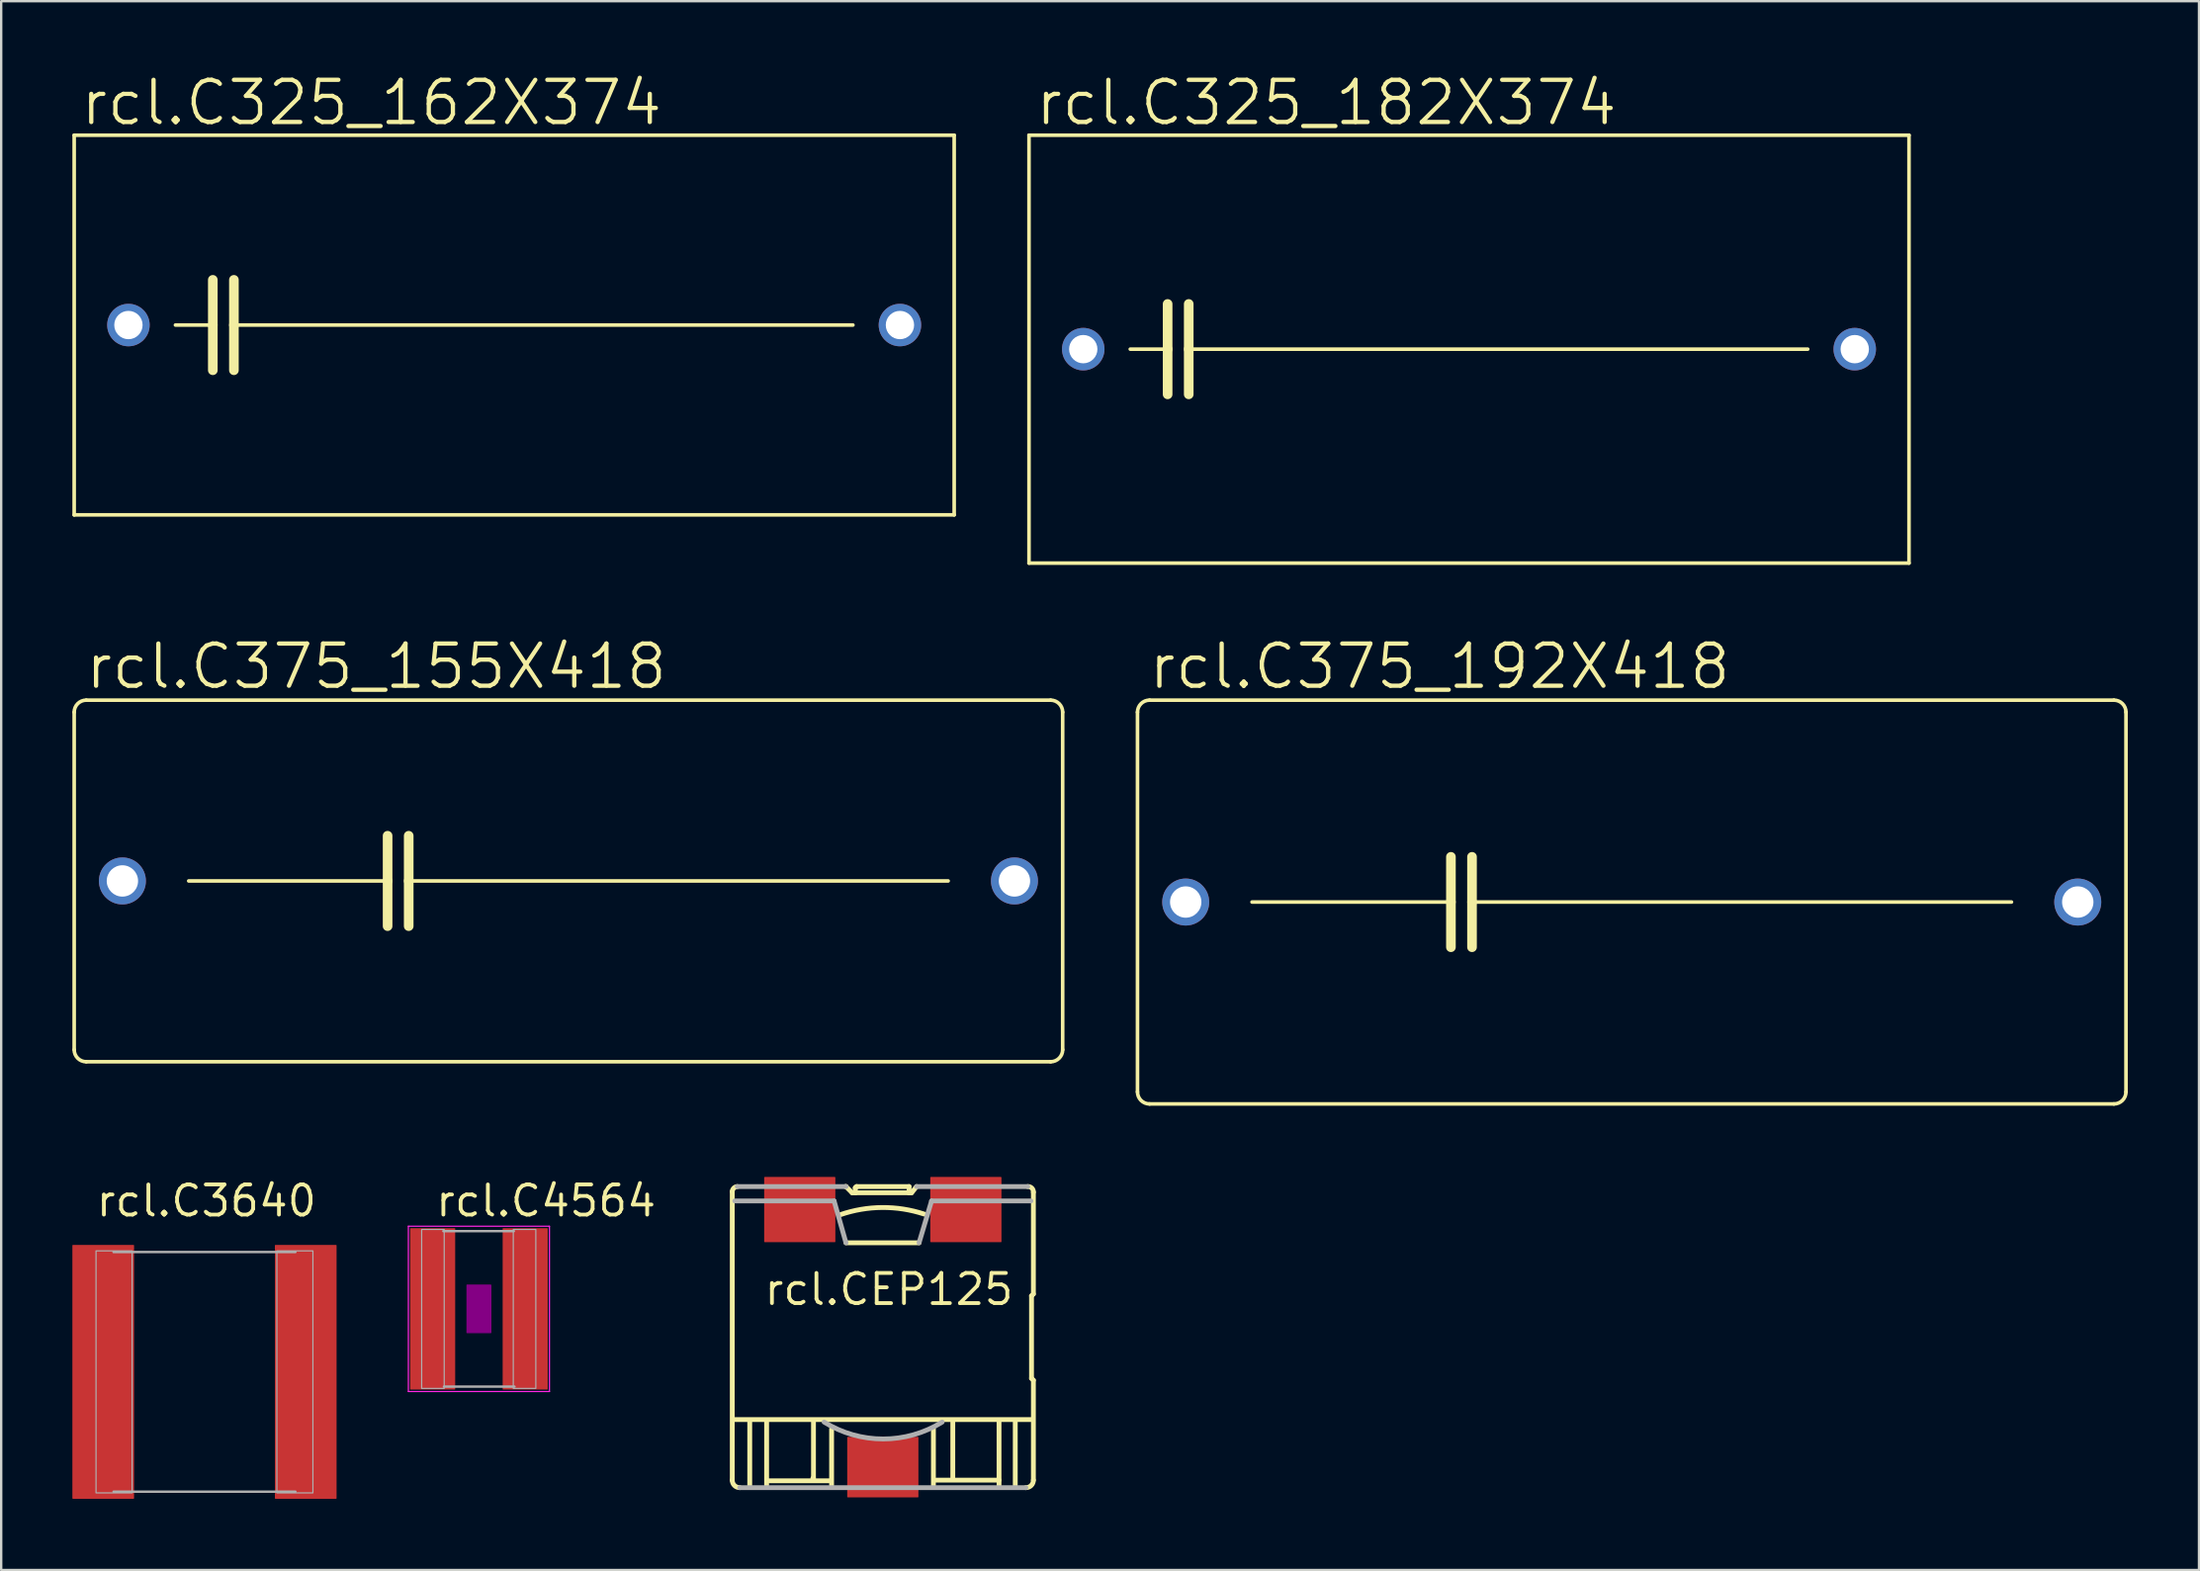
<source format=kicad_pcb>
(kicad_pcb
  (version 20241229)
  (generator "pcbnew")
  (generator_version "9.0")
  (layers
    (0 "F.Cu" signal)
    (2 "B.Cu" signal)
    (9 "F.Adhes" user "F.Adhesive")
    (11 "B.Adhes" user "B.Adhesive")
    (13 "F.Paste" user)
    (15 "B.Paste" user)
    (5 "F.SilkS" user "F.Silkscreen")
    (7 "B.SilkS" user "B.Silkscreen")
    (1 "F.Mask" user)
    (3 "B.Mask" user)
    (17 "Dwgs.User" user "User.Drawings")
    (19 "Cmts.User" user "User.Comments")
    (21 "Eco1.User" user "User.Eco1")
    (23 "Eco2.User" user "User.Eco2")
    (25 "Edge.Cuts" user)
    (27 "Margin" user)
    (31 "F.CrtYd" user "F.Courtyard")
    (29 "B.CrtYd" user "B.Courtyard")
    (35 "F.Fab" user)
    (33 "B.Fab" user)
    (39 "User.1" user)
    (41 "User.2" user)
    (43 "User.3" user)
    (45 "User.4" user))
  (footprint "rcl.C3640"
    (layer "F.Cu")
    (at 5.567 54.767)
    (property "Reference" "rcl.C3640" (at -4.647 -6.465 0) (layer "F.SilkS") (effects (font (size 1.27 1.27) (thickness 0.16)) (justify left bottom)))
    (attr smd)
    (fp_line (start -3.832 -5.05) (end 3.832 -5.05) (stroke (width 0.102) (type default)) (layer "F.Fab"))
    (fp_line (start -3.832 5.05) (end 3.832 5.05) (stroke (width 0.102) (type default)) (layer "F.Fab"))
    (fp_rect (start -4.57 5.1) (end -3.05 -5.1) (stroke (width 0.05) (type default)) (fill no) (layer "F.Fab"))
    (fp_rect (start 3.05 5.1) (end 4.569 -5.1) (stroke (width 0.05) (type default)) (fill no) (layer "F.Fab"))
    (pad "1" smd roundrect (at -4.267 0) (size 2.6 10.7) (layers "F.Cu" "F.Mask" "F.Paste") (roundrect_rratio 0.01))
    (pad "2" smd roundrect (at 4.267 0) (size 2.6 10.7) (layers "F.Cu" "F.Mask" "F.Paste") (roundrect_rratio 0.01)))
  (footprint "rcl.C375_155X418"
    (layer "F.Cu")
    (at 20.904 34.077)
    (property "Reference" "rcl.C375_155X418" (at -20.447 -8.001 0) (layer "F.SilkS") (effects (font (size 1.778 1.778) (thickness 0.18)) (justify left bottom)))
    (attr through_hole)
    (fp_line (start -20.828 7.112) (end -20.828 -7.112) (stroke (width 0.152) (type default)) (layer "F.SilkS"))
    (fp_line (start -20.32 -7.62) (end 20.32 -7.62) (stroke (width 0.152) (type default)) (layer "F.SilkS"))
    (fp_line (start -16.002 0) (end -7.62 0) (stroke (width 0.152) (type default)) (layer "F.SilkS"))
    (fp_line (start -7.62 -1.905) (end -7.62 0) (stroke (width 0.406) (type default)) (layer "F.SilkS"))
    (fp_line (start -7.62 0) (end -7.62 1.905) (stroke (width 0.406) (type default)) (layer "F.SilkS"))
    (fp_line (start -6.731 -1.905) (end -6.731 0) (stroke (width 0.406) (type default)) (layer "F.SilkS"))
    (fp_line (start -6.731 0) (end -6.731 1.905) (stroke (width 0.406) (type default)) (layer "F.SilkS"))
    (fp_line (start -6.731 0) (end 16.002 0) (stroke (width 0.152) (type default)) (layer "F.SilkS"))
    (fp_line (start 20.32 7.62) (end -20.32 7.62) (stroke (width 0.152) (type default)) (layer "F.SilkS"))
    (fp_line (start 20.828 -7.112) (end 20.828 7.112) (stroke (width 0.152) (type default)) (layer "F.SilkS"))
    (fp_arc (start -20.828 -7.112) (mid -20.67921 -7.47121) (end -20.32 -7.62) (stroke (width 0.1524) (type default)) (layer "F.SilkS"))
    (fp_arc (start -20.32 7.62) (mid -20.67921 7.47121) (end -20.828 7.112) (stroke (width 0.1524) (type default)) (layer "F.SilkS"))
    (fp_arc (start 20.32 -7.62) (mid 20.67921 -7.47121) (end 20.828 -7.112) (stroke (width 0.1524) (type default)) (layer "F.SilkS"))
    (fp_arc (start 20.828 7.112) (mid 20.67921 7.47121) (end 20.32 7.62) (stroke (width 0.1524) (type default)) (layer "F.SilkS"))
    (pad "1" thru_hole circle (at -18.796 0) (size 1.981 1.981) (drill 1.321) (layers "*.Cu" "*.Mask"))
    (pad "2" thru_hole circle (at 18.796 0) (size 1.981 1.981) (drill 1.321) (layers "*.Cu" "*.Mask")))
  (footprint "rcl.C4564"
    (layer "F.Cu")
    (at 17.132 52.112)
    (property "Reference" "rcl.C4564" (at -1.905 -3.81 0) (layer "F.SilkS") (effects (font (size 1.27 1.27) (thickness 0.16)) (justify left bottom)))
    (attr smd)
    (fp_rect (start -0.5 1) (end 0.5 -1) (stroke (width 0.05) (type default)) (fill yes) (layer "F.Adhes"))
    (fp_line (start -2.973 -3.483) (end 2.973 -3.483) (stroke (width 0.051) (type default)) (layer "F.CrtYd"))
    (fp_line (start -2.973 3.483) (end -2.973 -3.483) (stroke (width 0.051) (type default)) (layer "F.CrtYd"))
    (fp_line (start 2.973 -3.483) (end 2.973 3.483) (stroke (width 0.051) (type default)) (layer "F.CrtYd"))
    (fp_line (start 2.973 3.483) (end -2.973 3.483) (stroke (width 0.051) (type default)) (layer "F.CrtYd"))
    (fp_line (start -1.499 -3.277) (end 1.473 -3.277) (stroke (width 0.102) (type default)) (layer "F.Fab"))
    (fp_line (start -1.473 3.277) (end 1.499 3.277) (stroke (width 0.102) (type default)) (layer "F.Fab"))
    (fp_rect (start -2.413 3.353) (end -1.463 -3.347) (stroke (width 0.05) (type default)) (fill no) (layer "F.Fab"))
    (fp_rect (start 1.448 3.353) (end 2.398 -3.347) (stroke (width 0.05) (type default)) (fill no) (layer "F.Fab"))
    (pad "1" smd roundrect (at -1.95 0) (size 1.9 6.8) (layers "F.Cu" "F.Mask" "F.Paste") (roundrect_rratio 0.01))
    (pad "2" smd roundrect (at 1.95 0) (size 1.9 6.8) (layers "F.Cu" "F.Mask" "F.Paste") (roundrect_rratio 0.01)))
  (footprint "rcl.CEP125"
    (layer "F.Cu")
    (at 34.153 53.302)
    (property "Reference" "rcl.CEP125" (at -5.08 -1.27 0) (layer "F.SilkS") (effects (font (size 1.27 1.27) (thickness 0.16)) (justify left bottom)))
    (attr smd)
    (fp_line (start -6.345 6.029) (end -6.345 -6.134) (stroke (width 0.203) (type default)) (layer "F.SilkS"))
    (fp_line (start -5.608 3.58) (end -5.608 6.239) (stroke (width 0.203) (type default)) (layer "F.SilkS"))
    (fp_line (start -4.897 6.239) (end -4.897 3.58) (stroke (width 0.203) (type default)) (layer "F.SilkS"))
    (fp_line (start -4.792 6.055) (end -2.212 6.055) (stroke (width 0.203) (type default)) (layer "F.SilkS"))
    (fp_line (start -2.949 5.95) (end -2.922 5.95) (stroke (width 0.203) (type default)) (layer "F.SilkS"))
    (fp_line (start -2.922 5.95) (end -2.922 3.58) (stroke (width 0.203) (type default)) (layer "F.SilkS"))
    (fp_line (start -2.159 6.239) (end -2.159 3.87) (stroke (width 0.203) (type default)) (layer "F.SilkS"))
    (fp_line (start -1.58 -6.345) (end -1.553 -6.345) (stroke (width 0.203) (type default)) (layer "F.SilkS"))
    (fp_line (start -1.553 -3.975) (end 1.527 -3.975) (stroke (width 0.203) (type default)) (layer "F.SilkS"))
    (fp_line (start -1.553 -6.345) (end -1.29 -6.082) (stroke (width 0.203) (type default)) (layer "F.SilkS"))
    (fp_line (start -1.29 -6.082) (end -1.158 -6.082) (stroke (width 0.203) (type default)) (layer "F.SilkS"))
    (fp_line (start -1.158 -6.292) (end -1.158 -6.292) (stroke (width 0.203) (type default)) (layer "F.SilkS"))
    (fp_line (start -1.158 -6.082) (end -1.158 -6.292) (stroke (width 0.203) (type default)) (layer "F.SilkS"))
    (fp_line (start -1.158 -6.292) (end -1.106 -6.345) (stroke (width 0.203) (type default)) (layer "F.SilkS"))
    (fp_line (start -1.106 -6.345) (end 1.106 -6.345) (stroke (width 0.203) (type default)) (layer "F.SilkS"))
    (fp_line (start 1.106 -6.345) (end 1.106 -6.082) (stroke (width 0.203) (type default)) (layer "F.SilkS"))
    (fp_line (start 1.106 -6.082) (end -1.158 -6.082) (stroke (width 0.203) (type default)) (layer "F.SilkS"))
    (fp_line (start 1.106 -6.082) (end 1.211 -6.082) (stroke (width 0.203) (type default)) (layer "F.SilkS"))
    (fp_line (start 1.211 -6.082) (end 1.422 -6.345) (stroke (width 0.203) (type default)) (layer "F.SilkS"))
    (fp_line (start 2.132 6.239) (end 2.132 3.87) (stroke (width 0.203) (type default)) (layer "F.SilkS"))
    (fp_line (start 2.238 6.029) (end 4.897 6.029) (stroke (width 0.203) (type default)) (layer "F.SilkS"))
    (fp_line (start 2.949 5.924) (end 2.949 3.58) (stroke (width 0.203) (type default)) (layer "F.SilkS"))
    (fp_line (start 4.897 3.58) (end 4.897 6.239) (stroke (width 0.203) (type default)) (layer "F.SilkS"))
    (fp_line (start 5.581 6.239) (end 5.581 3.58) (stroke (width 0.203) (type default)) (layer "F.SilkS"))
    (fp_line (start 6.239 3.475) (end -6.266 3.475) (stroke (width 0.203) (type default)) (layer "F.SilkS"))
    (fp_line (start 6.266 -1.738) (end 6.266 1.738) (stroke (width 0.203) (type default)) (layer "F.SilkS"))
    (fp_line (start 6.266 1.738) (end 6.345 1.817) (stroke (width 0.203) (type default)) (layer "F.SilkS"))
    (fp_line (start 6.345 -6.108) (end 6.345 -1.817) (stroke (width 0.203) (type default)) (layer "F.SilkS"))
    (fp_line (start 6.345 -1.817) (end 6.266 -1.738) (stroke (width 0.203) (type default)) (layer "F.SilkS"))
    (fp_line (start 6.345 1.817) (end 6.345 6.029) (stroke (width 0.203) (type default)) (layer "F.SilkS"))
    (fp_arc (start -6.3448 -6.1342) (mid -6.279551 -6.279551) (end -6.1342 -6.3448) (stroke (width 0.2032) (type default)) (layer "F.SilkS"))
    (fp_arc (start -6.0289 6.3448) (mid -6.253014 6.253014) (end -6.3448 6.0289) (stroke (width 0.2032) (type default)) (layer "F.SilkS"))
    (fp_arc (start -1.7902 -5.1601) (mid -0.028441 -5.461529) (end 1.7376 -5.1863) (stroke (width 0.2032) (type default)) (layer "F.SilkS"))
    (fp_arc (start 6.1079 -6.3448) (mid 6.279488 -6.279488) (end 6.3448 -6.1079) (stroke (width 0.2032) (type default)) (layer "F.SilkS"))
    (fp_arc (start 6.3448 6.0289) (mid 6.253104 6.253104) (end 6.0289 6.3448) (stroke (width 0.2032) (type default)) (layer "F.SilkS"))
    (fp_line (start -6.239 -5.739) (end -2.054 -5.739) (stroke (width 0.203) (type default)) (layer "F.Fab"))
    (fp_line (start -6.134 -6.345) (end -1.553 -6.345) (stroke (width 0.203) (type default)) (layer "F.Fab"))
    (fp_line (start -2.054 -5.739) (end -1.553 -3.975) (stroke (width 0.203) (type default)) (layer "F.Fab"))
    (fp_line (start 1.422 -6.345) (end 6.108 -6.345) (stroke (width 0.203) (type default)) (layer "F.Fab"))
    (fp_line (start 1.527 -3.975) (end 2.054 -5.739) (stroke (width 0.203) (type default)) (layer "F.Fab"))
    (fp_line (start 2.054 -5.739) (end 6.239 -5.739) (stroke (width 0.203) (type default)) (layer "F.Fab"))
    (fp_line (start 6.029 6.345) (end -6.029 6.345) (stroke (width 0.203) (type default)) (layer "F.Fab"))
    (fp_arc (start 2.5011 3.5805) (mid 0.0132 4.292797) (end -2.4747 3.5805) (stroke (width 0.2032) (type default)) (layer "F.Fab"))
    (pad "1" smd roundrect (at -3.5 -5.375) (size 3 2.75) (layers "F.Cu" "F.Mask" "F.Paste") (roundrect_rratio 0.01))
    (pad "2" smd roundrect (at 3.5 -5.375) (size 3 2.75) (layers "F.Cu" "F.Mask" "F.Paste") (roundrect_rratio 0.01))
    (pad "3" smd roundrect (at 0 5.48) (size 3 2.55) (layers "F.Cu" "F.Mask" "F.Paste") (roundrect_rratio 0.01)))
  (footprint "rcl.C325_182X374"
    (layer "F.Cu")
    (at 58.855 11.665)
    (property "Reference" "rcl.C325_182X374" (at -18.364 -9.347 0) (layer "F.SilkS") (effects (font (size 1.778 1.778) (thickness 0.18)) (justify left bottom)))
    (attr through_hole)
    (fp_line (start -18.542 -9.017) (end -18.542 9.017) (stroke (width 0.152) (type default)) (layer "F.SilkS"))
    (fp_line (start -18.542 9.017) (end 18.542 9.017) (stroke (width 0.152) (type default)) (layer "F.SilkS"))
    (fp_line (start -14.275 0) (end -12.7 0) (stroke (width 0.152) (type default)) (layer "F.SilkS"))
    (fp_line (start -12.7 -1.905) (end -12.7 0) (stroke (width 0.406) (type default)) (layer "F.SilkS"))
    (fp_line (start -12.7 0) (end -12.7 1.905) (stroke (width 0.406) (type default)) (layer "F.SilkS"))
    (fp_line (start -11.811 -1.905) (end -11.811 0) (stroke (width 0.406) (type default)) (layer "F.SilkS"))
    (fp_line (start -11.811 0) (end -11.811 1.905) (stroke (width 0.406) (type default)) (layer "F.SilkS"))
    (fp_line (start -11.811 0) (end 14.275 0) (stroke (width 0.152) (type default)) (layer "F.SilkS"))
    (fp_line (start 18.542 -9.017) (end -18.542 -9.017) (stroke (width 0.152) (type default)) (layer "F.SilkS"))
    (fp_line (start 18.542 -9.017) (end 18.542 9.017) (stroke (width 0.152) (type default)) (layer "F.SilkS"))
    (pad "1" thru_hole circle (at -16.256 0) (size 1.791 1.791) (drill 1.194) (layers "*.Cu" "*.Mask"))
    (pad "2" thru_hole circle (at 16.256 0) (size 1.791 1.791) (drill 1.194) (layers "*.Cu" "*.Mask")))
  (footprint "rcl.C375_192X418"
    (layer "F.Cu")
    (at 65.713 34.966)
    (property "Reference" "rcl.C375_192X418" (at -20.447 -8.89 0) (layer "F.SilkS") (effects (font (size 1.778 1.778) (thickness 0.18)) (justify left bottom)))
    (attr through_hole)
    (fp_line (start -20.828 8.001) (end -20.828 -8.001) (stroke (width 0.152) (type default)) (layer "F.SilkS"))
    (fp_line (start -20.32 -8.509) (end 20.32 -8.509) (stroke (width 0.152) (type default)) (layer "F.SilkS"))
    (fp_line (start -16.002 0) (end -7.62 0) (stroke (width 0.152) (type default)) (layer "F.SilkS"))
    (fp_line (start -7.62 -1.905) (end -7.62 0) (stroke (width 0.406) (type default)) (layer "F.SilkS"))
    (fp_line (start -7.62 0) (end -7.62 1.905) (stroke (width 0.406) (type default)) (layer "F.SilkS"))
    (fp_line (start -6.731 -1.905) (end -6.731 0) (stroke (width 0.406) (type default)) (layer "F.SilkS"))
    (fp_line (start -6.731 0) (end -6.731 1.905) (stroke (width 0.406) (type default)) (layer "F.SilkS"))
    (fp_line (start -6.731 0) (end 16.002 0) (stroke (width 0.152) (type default)) (layer "F.SilkS"))
    (fp_line (start 20.32 8.509) (end -20.32 8.509) (stroke (width 0.152) (type default)) (layer "F.SilkS"))
    (fp_line (start 20.828 -8.001) (end 20.828 8.001) (stroke (width 0.152) (type default)) (layer "F.SilkS"))
    (fp_arc (start -20.828 -8.001) (mid -20.67921 -8.36021) (end -20.32 -8.509) (stroke (width 0.1524) (type default)) (layer "F.SilkS"))
    (fp_arc (start -20.32 8.509) (mid -20.67921 8.36021) (end -20.828 8.001) (stroke (width 0.1524) (type default)) (layer "F.SilkS"))
    (fp_arc (start 20.32 -8.509) (mid 20.67921 -8.36021) (end 20.828 -8.001) (stroke (width 0.1524) (type default)) (layer "F.SilkS"))
    (fp_arc (start 20.828 8.001) (mid 20.67921 8.36021) (end 20.32 8.509) (stroke (width 0.1524) (type default)) (layer "F.SilkS"))
    (pad "1" thru_hole circle (at -18.796 0) (size 1.981 1.981) (drill 1.321) (layers "*.Cu" "*.Mask"))
    (pad "2" thru_hole circle (at 18.796 0) (size 1.981 1.981) (drill 1.321) (layers "*.Cu" "*.Mask")))
  (footprint "rcl.C325_162X374"
    (layer "F.Cu")
    (at 18.618 10.649)
    (property "Reference" "rcl.C325_162X374" (at -18.364 -8.331 0) (layer "F.SilkS") (effects (font (size 1.778 1.778) (thickness 0.18)) (justify left bottom)))
    (attr through_hole)
    (fp_line (start -18.542 -8.001) (end -18.542 8.001) (stroke (width 0.152) (type default)) (layer "F.SilkS"))
    (fp_line (start -18.542 8.001) (end 18.542 8.001) (stroke (width 0.152) (type default)) (layer "F.SilkS"))
    (fp_line (start -14.275 0) (end -12.7 0) (stroke (width 0.152) (type default)) (layer "F.SilkS"))
    (fp_line (start -12.7 -1.905) (end -12.7 0) (stroke (width 0.406) (type default)) (layer "F.SilkS"))
    (fp_line (start -12.7 0) (end -12.7 1.905) (stroke (width 0.406) (type default)) (layer "F.SilkS"))
    (fp_line (start -11.811 -1.905) (end -11.811 0) (stroke (width 0.406) (type default)) (layer "F.SilkS"))
    (fp_line (start -11.811 0) (end -11.811 1.905) (stroke (width 0.406) (type default)) (layer "F.SilkS"))
    (fp_line (start -11.811 0) (end 14.275 0) (stroke (width 0.152) (type default)) (layer "F.SilkS"))
    (fp_line (start 18.542 -8.001) (end -18.542 -8.001) (stroke (width 0.152) (type default)) (layer "F.SilkS"))
    (fp_line (start 18.542 -8.001) (end 18.542 8.001) (stroke (width 0.152) (type default)) (layer "F.SilkS"))
    (pad "1" thru_hole circle (at -16.256 0) (size 1.791 1.791) (drill 1.194) (layers "*.Cu" "*.Mask"))
    (pad "2" thru_hole circle (at 16.256 0) (size 1.791 1.791) (drill 1.194) (layers "*.Cu" "*.Mask")))
  (gr_rect
    (start -3 -3)
    (end 89.617 63.117)
    (stroke (width 0.1) (type default))
    (fill no)
    (layer "Edge.Cuts")))
</source>
